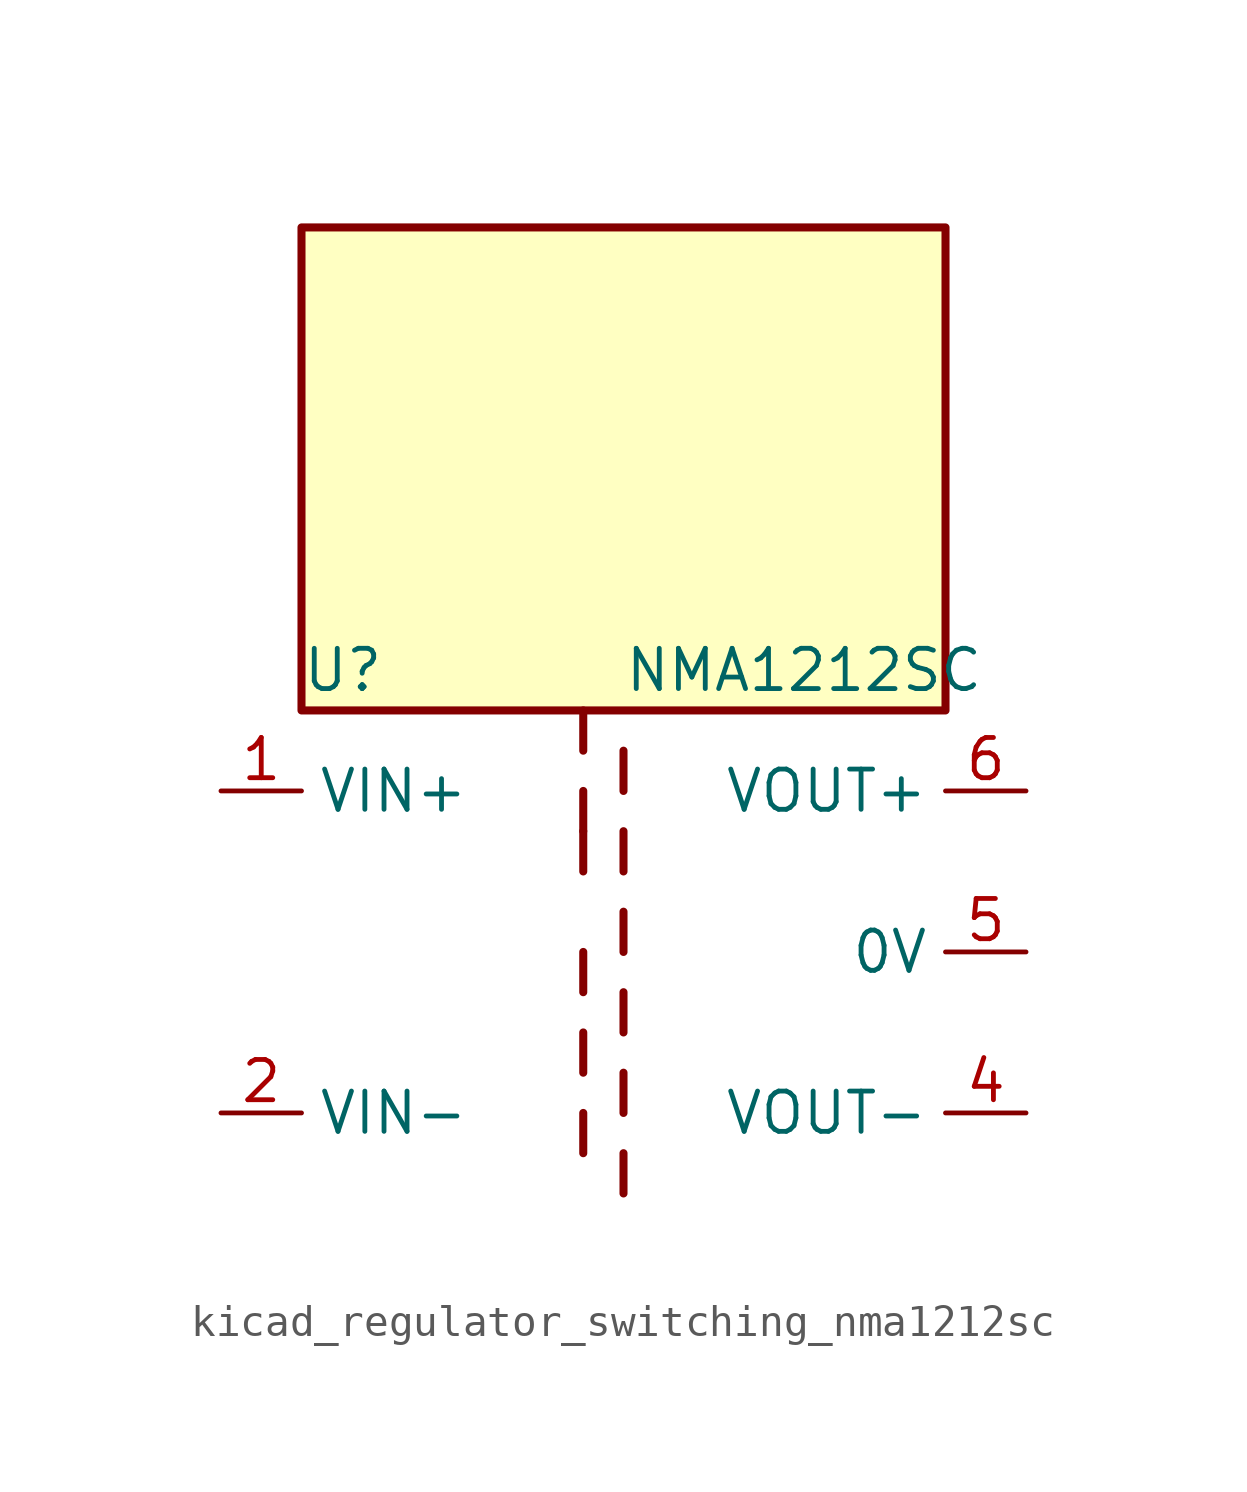
<source format=kicad_sym>
(kicad_symbol_lib
  (version 20220914)
  (generator kicad_symbol_editor)
  (symbol "kicad_regulator_switching_nma1212sc"
    (property "Reference" "U"
      (at -10.16 8.89 0)
      (effects (font (size 1.27 1.27)) (justify left)))
    (property "Value" "NMA1212SC"
      (at 0 8.89 0)
      (effects (font (size 1.27 1.27)) (justify left)))
    (symbol "kicad_regulator_switching_nma1212sc_0_1"
      (polyline (pts (xy -1.27 -5.08) (xy -1.27 -6.35)) (stroke (width 0.254) (type default)) (fill (type none)))
      (polyline (pts (xy -1.27 -2.54) (xy -1.27 -3.81)) (stroke (width 0.254) (type default)) (fill (type none)))
      (polyline (pts (xy -1.27 0) (xy -1.27 -1.27)) (stroke (width 0.254) (type default)) (fill (type none)))
      (polyline (pts (xy -1.27 2.54) (xy -1.27 3.81)) (stroke (width 0.254) (type default)) (fill (type none)))
      (polyline (pts (xy -1.27 5.08) (xy -1.27 3.81)) (stroke (width 0.254) (type default)) (fill (type none)))
      (polyline (pts (xy -1.27 7.62) (xy -1.27 6.35)) (stroke (width 0.254) (type default)) (fill (type none)))
      (polyline (pts (xy 0 -7.62) (xy 0 -6.35)) (stroke (width 0.254) (type default)) (fill (type none)))
      (polyline (pts (xy 0 -5.08) (xy 0 -3.81)) (stroke (width 0.254) (type default)) (fill (type none)))
      (polyline (pts (xy 0 -1.27) (xy 0 -2.54)) (stroke (width 0.254) (type default)) (fill (type none)))
      (polyline (pts (xy 0 0) (xy 0 1.27)) (stroke (width 0.254) (type default)) (fill (type none)))
      (polyline (pts (xy 0 2.54) (xy 0 3.81)) (stroke (width 0.254) (type default)) (fill (type none)))
      (polyline (pts (xy 0 5.08) (xy 0 6.35)) (stroke (width 0.254) (type default)) (fill (type none)))
      (rectangle (start 10.16 22.86) (end -10.16 7.62) (stroke (width 0.254) (type default)) (fill (type background))))
    (symbol "kicad_regulator_switching_nma1212sc_1_1"
      (pin power_in line (at -12.7 5.08 0) (length 2.54) (name "VIN+" (effects (font (size 1.27 1.27)))) (number "1" (effects (font (size 1.27 1.27)))))
      (pin power_in line (at -12.7 -5.08 0) (length 2.54) (name "VIN-" (effects (font (size 1.27 1.27)))) (number "2" (effects (font (size 1.27 1.27)))))
      (pin power_out line (at 12.7 -5.08 180) (length 2.54) (name "VOUT-" (effects (font (size 1.27 1.27)))) (number "4" (effects (font (size 1.27 1.27)))))
      (pin power_out line (at 12.7 0 180) (length 2.54) (name "0V" (effects (font (size 1.27 1.27)))) (number "5" (effects (font (size 1.27 1.27)))))
      (pin power_out line (at 12.7 5.08 180) (length 2.54) (name "VOUT+" (effects (font (size 1.27 1.27)))) (number "6" (effects (font (size 1.27 1.27))))))))
</source>
